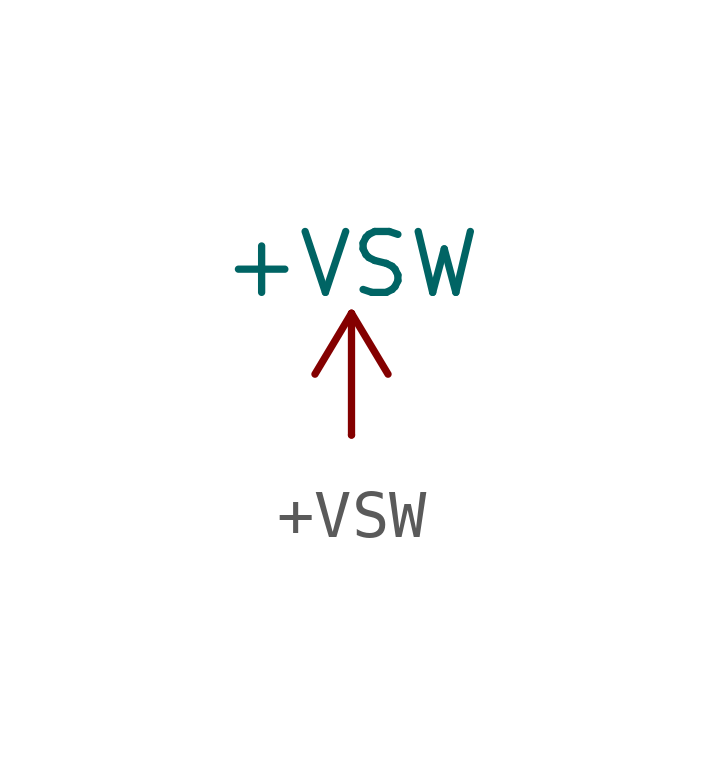
<source format=kicad_sym>
(kicad_symbol_lib
  (version 20231120)
  (generator "kicad_symbol_editor")
  (generator_version "8.0")
  (symbol "+VSW"
    (power)
    (pin_numbers hide)
    (pin_names
      (offset 0) hide)
    (property "Reference" "#PWR"
      (at 0 -3.81 0)
      (effects (font (size 1.27 1.27)) (hide yes)))
    (property "Value" "+VSW"
      (at 0 3.556 0)
      (effects (font (size 1.27 1.27))))
    (symbol "+VSW_0_1"
      (polyline (pts (xy -0.762 1.27) (xy 0 2.54)) (stroke (width 0) (type default)) (fill (type none)))
      (polyline (pts (xy 0 0) (xy 0 2.54)) (stroke (width 0) (type default)) (fill (type none)))
      (polyline (pts (xy 0 2.54) (xy 0.762 1.27)) (stroke (width 0) (type default)) (fill (type none))))
    (symbol "+VSW_1_1"
      (pin power_in line (at 0 0 90) (length 0) (name "~" (effects (font (size 1.27 1.27)))) (number "1" (effects (font (size 1.27 1.27))))))))
</source>
